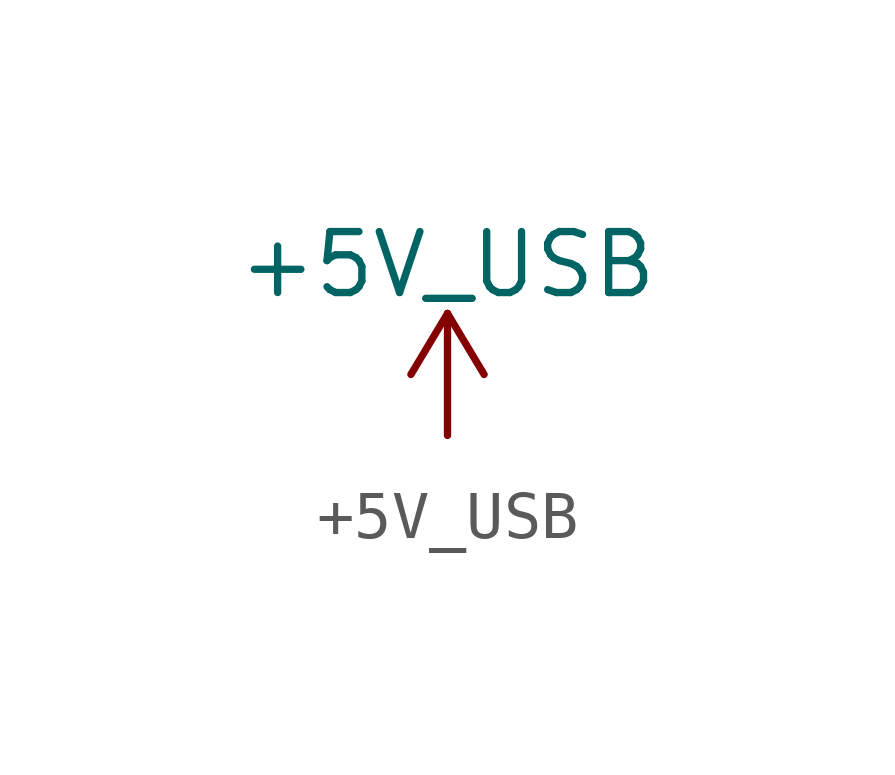
<source format=kicad_sym>
(kicad_symbol_lib
  (version 20211014)
  (generator kicad_symbol_editor)
  (symbol "+5V_USB"
    (power)
    (pin_names
      (offset 0))
    (property "Reference" "#PWR"
      (at 0 -3.81 0)
      (effects (font (size 1.27 1.27)) hide))
    (property "Value" "+5V_USB"
      (at 0 3.556 0)
      (effects (font (size 1.27 1.27))))
    (symbol "+5V_USB_0_1"
      (polyline (pts (xy -0.762 1.27) (xy 0 2.54)) (stroke (width 0) (type default) (color 0 0 0 0)) (fill (type none)))
      (polyline (pts (xy 0 0) (xy 0 2.54)) (stroke (width 0) (type default) (color 0 0 0 0)) (fill (type none)))
      (polyline (pts (xy 0 2.54) (xy 0.762 1.27)) (stroke (width 0) (type default) (color 0 0 0 0)) (fill (type none))))
    (symbol "+5V_USB_1_1"
      (pin power_in line (at 0 0 90) (length 0) hide (name "+5V" (effects (font (size 1.27 1.27)))) (number "1" (effects (font (size 1.27 1.27))))))))
</source>
